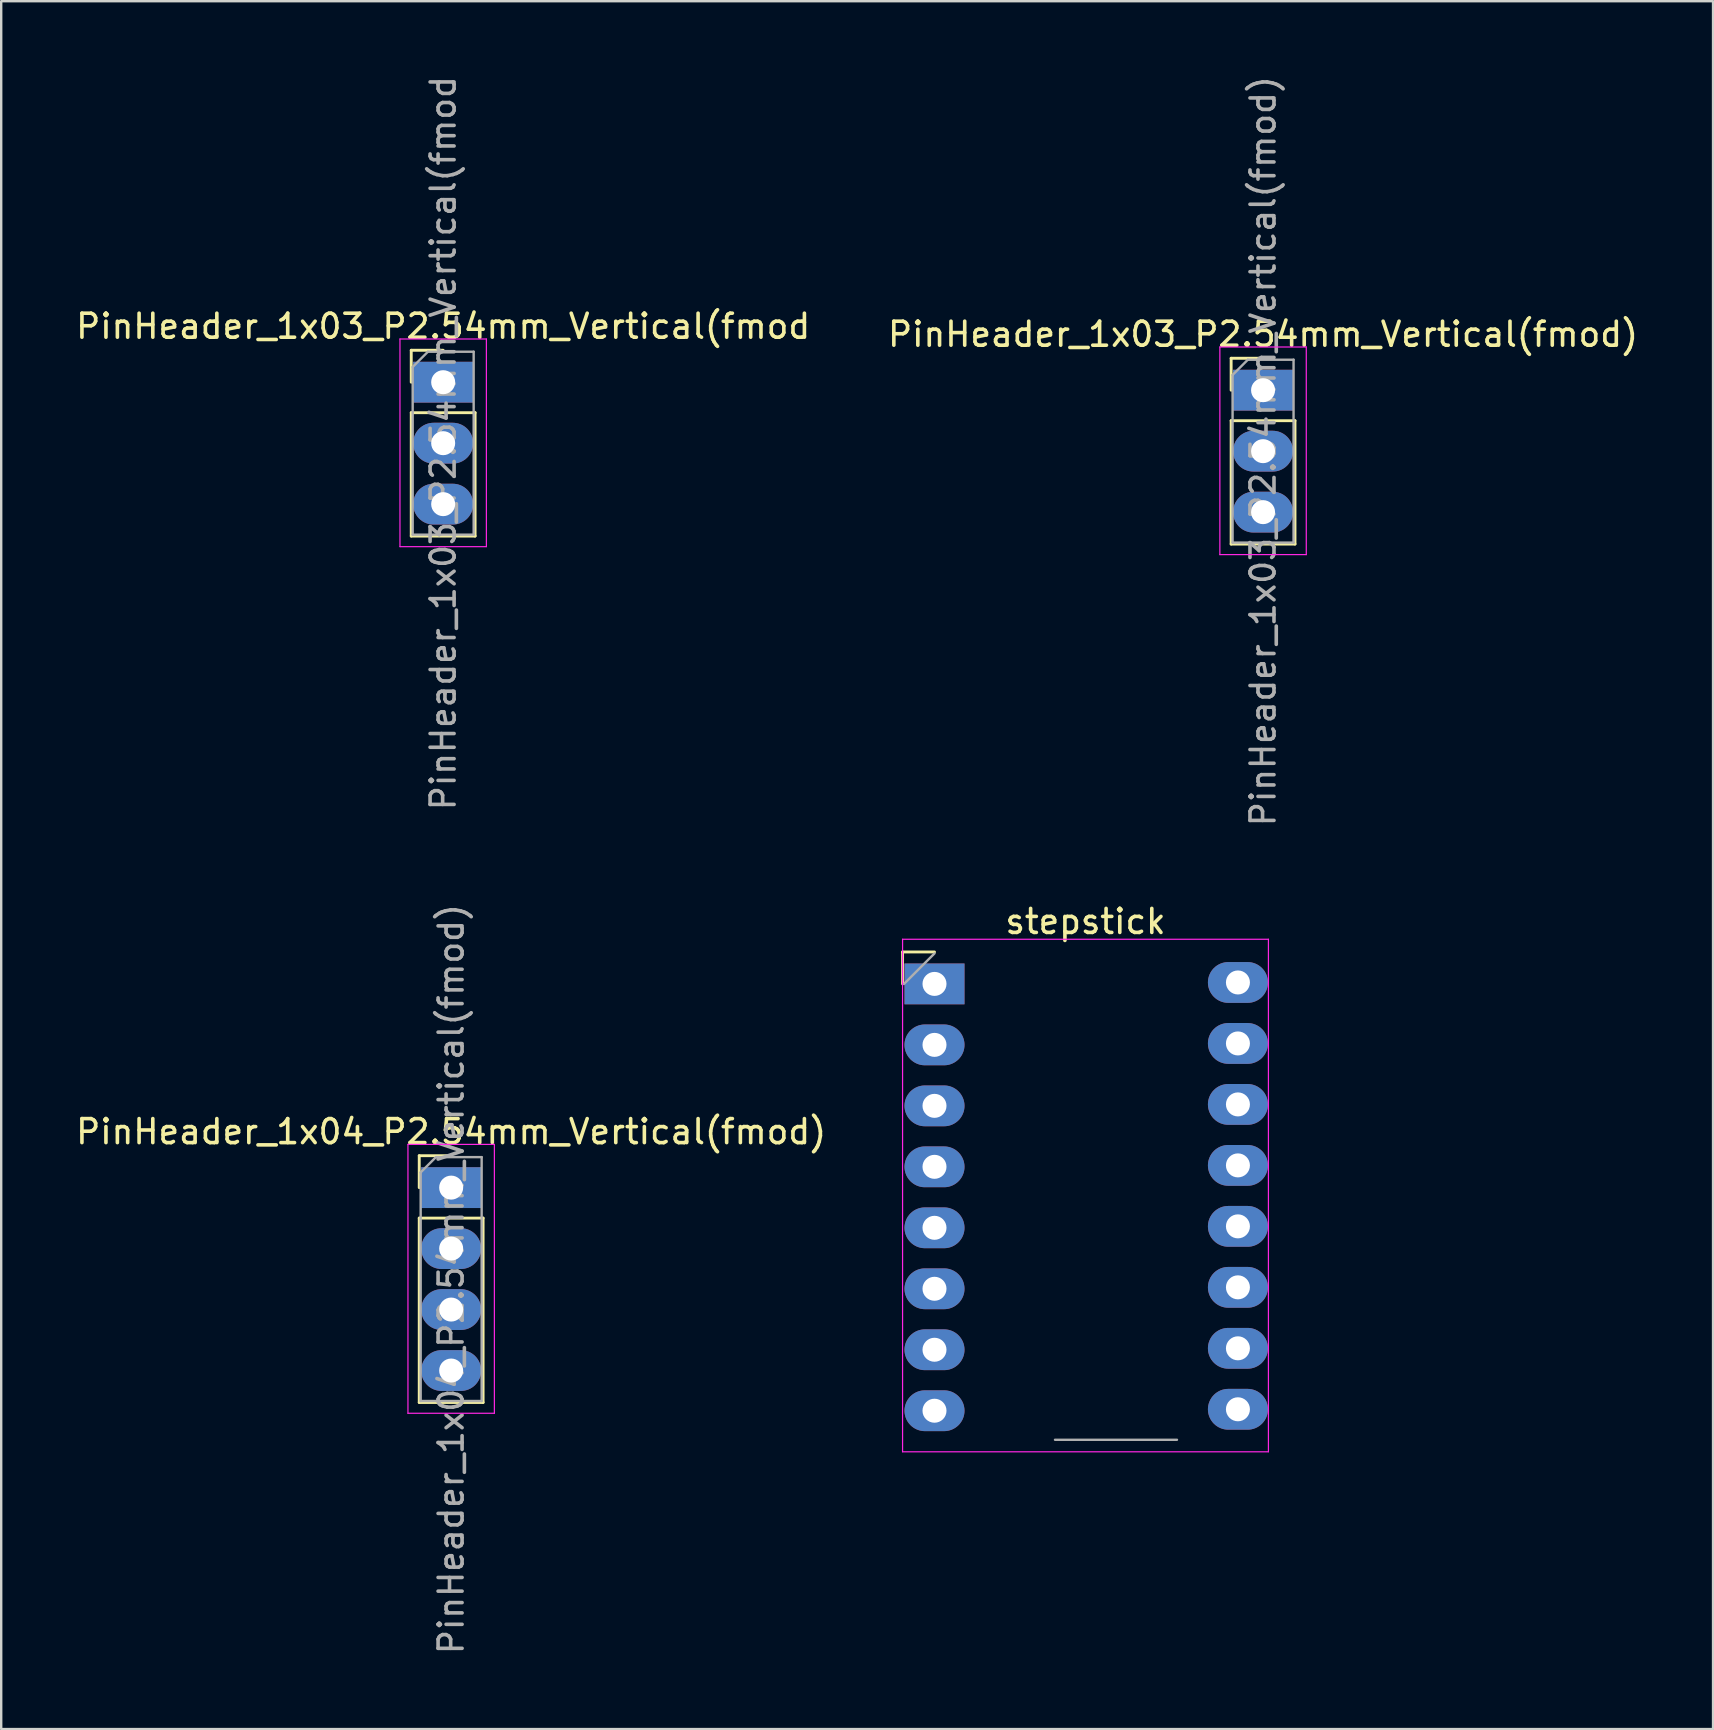
<source format=kicad_pcb>
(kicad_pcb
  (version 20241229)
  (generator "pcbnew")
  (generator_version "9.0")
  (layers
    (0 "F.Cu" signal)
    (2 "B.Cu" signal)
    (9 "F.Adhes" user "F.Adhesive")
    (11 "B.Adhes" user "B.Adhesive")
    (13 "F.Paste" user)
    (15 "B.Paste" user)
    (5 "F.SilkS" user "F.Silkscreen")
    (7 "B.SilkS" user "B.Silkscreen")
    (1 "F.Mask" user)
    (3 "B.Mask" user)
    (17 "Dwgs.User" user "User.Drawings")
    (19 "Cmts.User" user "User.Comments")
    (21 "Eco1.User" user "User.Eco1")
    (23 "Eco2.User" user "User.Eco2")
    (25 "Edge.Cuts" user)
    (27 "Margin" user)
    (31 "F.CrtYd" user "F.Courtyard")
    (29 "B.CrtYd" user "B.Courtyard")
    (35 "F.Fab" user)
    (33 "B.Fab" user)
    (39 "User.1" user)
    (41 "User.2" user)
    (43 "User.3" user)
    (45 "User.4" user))
  (footprint "PinHeader_1x03_P2.54mm_Vertical(fmod"
    (layer "F.Cu")
    (at 15.411 12.871)
    (property "Reference" "PinHeader_1x03_P2.54mm_Vertical(fmod" (at 0 -2.33 0) (layer "F.SilkS") (effects (font (size 1 1) (thickness 0.15))))
    (attr through_hole)
    (fp_line (start -1.33 -1.33) (end 0 -1.33) (stroke (width 0.12) (type solid)) (layer "F.SilkS"))
    (fp_line (start -1.33 0) (end -1.33 -1.33) (stroke (width 0.12) (type solid)) (layer "F.SilkS"))
    (fp_line (start -1.33 1.27) (end -1.33 6.41) (stroke (width 0.12) (type solid)) (layer "F.SilkS"))
    (fp_line (start -1.33 1.27) (end 1.33 1.27) (stroke (width 0.12) (type solid)) (layer "F.SilkS"))
    (fp_line (start -1.33 6.41) (end 1.33 6.41) (stroke (width 0.12) (type solid)) (layer "F.SilkS"))
    (fp_line (start 1.33 1.27) (end 1.33 6.41) (stroke (width 0.12) (type solid)) (layer "F.SilkS"))
    (fp_line (start -1.8 -1.8) (end -1.8 6.85) (stroke (width 0.05) (type solid)) (layer "F.CrtYd"))
    (fp_line (start -1.8 6.85) (end 1.8 6.85) (stroke (width 0.05) (type solid)) (layer "F.CrtYd"))
    (fp_line (start 1.8 -1.8) (end -1.8 -1.8) (stroke (width 0.05) (type solid)) (layer "F.CrtYd"))
    (fp_line (start 1.8 6.85) (end 1.8 -1.8) (stroke (width 0.05) (type solid)) (layer "F.CrtYd"))
    (fp_line (start -1.27 -0.635) (end -0.635 -1.27) (stroke (width 0.1) (type solid)) (layer "F.Fab"))
    (fp_line (start -1.27 6.35) (end -1.27 -0.635) (stroke (width 0.1) (type solid)) (layer "F.Fab"))
    (fp_line (start -0.635 -1.27) (end 1.27 -1.27) (stroke (width 0.1) (type solid)) (layer "F.Fab"))
    (fp_line (start 1.27 -1.27) (end 1.27 6.35) (stroke (width 0.1) (type solid)) (layer "F.Fab"))
    (fp_line (start 1.27 6.35) (end -1.27 6.35) (stroke (width 0.1) (type solid)) (layer "F.Fab"))
    (fp_text user "${REFERENCE}" (at 0 2.54 90) (layer "F.Fab") (effects (font (size 1 1) (thickness 0.15))))
    (pad "1" thru_hole rect (at 0 0) (size 2.5 1.7) (drill 1) (layers "*.Cu" "*.Mask"))
    (pad "2" thru_hole oval (at 0 2.54) (size 2.5 1.7) (drill 1) (layers "*.Cu" "*.Mask"))
    (pad "3" thru_hole oval (at 0 5.08) (size 2.5 1.7) (drill 1) (layers "*.Cu" "*.Mask")))
  (footprint "PinHeader_1x04_P2.54mm_Vertical(fmod)"
    (layer "F.Cu")
    (at 15.744 46.422)
    (property "Reference" "PinHeader_1x04_P2.54mm_Vertical(fmod)" (at 0 -2.33 0) (layer "F.SilkS") (effects (font (size 1 1) (thickness 0.15))))
    (attr through_hole)
    (fp_line (start -1.33 -1.33) (end 0 -1.33) (stroke (width 0.12) (type solid)) (layer "F.SilkS"))
    (fp_line (start -1.33 0) (end -1.33 -1.33) (stroke (width 0.12) (type solid)) (layer "F.SilkS"))
    (fp_line (start -1.33 1.27) (end -1.33 8.95) (stroke (width 0.12) (type solid)) (layer "F.SilkS"))
    (fp_line (start -1.33 1.27) (end 1.33 1.27) (stroke (width 0.12) (type solid)) (layer "F.SilkS"))
    (fp_line (start -1.33 8.95) (end 1.33 8.95) (stroke (width 0.12) (type solid)) (layer "F.SilkS"))
    (fp_line (start 1.33 1.27) (end 1.33 8.95) (stroke (width 0.12) (type solid)) (layer "F.SilkS"))
    (fp_line (start -1.8 -1.8) (end -1.8 9.4) (stroke (width 0.05) (type solid)) (layer "F.CrtYd"))
    (fp_line (start -1.8 9.4) (end 1.8 9.4) (stroke (width 0.05) (type solid)) (layer "F.CrtYd"))
    (fp_line (start 1.8 -1.8) (end -1.8 -1.8) (stroke (width 0.05) (type solid)) (layer "F.CrtYd"))
    (fp_line (start 1.8 9.4) (end 1.8 -1.8) (stroke (width 0.05) (type solid)) (layer "F.CrtYd"))
    (fp_line (start -1.27 -0.635) (end -0.635 -1.27) (stroke (width 0.1) (type solid)) (layer "F.Fab"))
    (fp_line (start -1.27 8.89) (end -1.27 -0.635) (stroke (width 0.1) (type solid)) (layer "F.Fab"))
    (fp_line (start -0.635 -1.27) (end 1.27 -1.27) (stroke (width 0.1) (type solid)) (layer "F.Fab"))
    (fp_line (start 1.27 -1.27) (end 1.27 8.89) (stroke (width 0.1) (type solid)) (layer "F.Fab"))
    (fp_line (start 1.27 8.89) (end -1.27 8.89) (stroke (width 0.1) (type solid)) (layer "F.Fab"))
    (fp_text user "${REFERENCE}" (at 0 3.81 270) (layer "F.Fab") (effects (font (size 1 1) (thickness 0.15))))
    (pad "1" thru_hole rect (at 0 0) (size 2.5 1.7) (drill 1) (layers "*.Cu" "*.Mask"))
    (pad "2" thru_hole oval (at 0 2.54) (size 2.5 1.7) (drill 1) (layers "*.Cu" "*.Mask"))
    (pad "3" thru_hole oval (at 0 5.08) (size 2.5 1.7) (drill 1) (layers "*.Cu" "*.Mask"))
    (pad "4" thru_hole oval (at 0 7.62) (size 2.5 1.7) (drill 1) (layers "*.Cu" "*.Mask")))
  (footprint "PinHeader_1x03_P2.54mm_Vertical(fmod)"
    (layer "F.Cu")
    (at 49.565 13.204)
    (property "Reference" "PinHeader_1x03_P2.54mm_Vertical(fmod)" (at 0 -2.33 0) (layer "F.SilkS") (effects (font (size 1 1) (thickness 0.15))))
    (attr through_hole)
    (fp_line (start -1.33 -1.33) (end 0 -1.33) (stroke (width 0.12) (type solid)) (layer "F.SilkS"))
    (fp_line (start -1.33 0) (end -1.33 -1.33) (stroke (width 0.12) (type solid)) (layer "F.SilkS"))
    (fp_line (start -1.33 1.27) (end -1.33 6.41) (stroke (width 0.12) (type solid)) (layer "F.SilkS"))
    (fp_line (start -1.33 1.27) (end 1.33 1.27) (stroke (width 0.12) (type solid)) (layer "F.SilkS"))
    (fp_line (start -1.33 6.41) (end 1.33 6.41) (stroke (width 0.12) (type solid)) (layer "F.SilkS"))
    (fp_line (start 1.33 1.27) (end 1.33 6.41) (stroke (width 0.12) (type solid)) (layer "F.SilkS"))
    (fp_line (start -1.8 -1.8) (end -1.8 6.85) (stroke (width 0.05) (type solid)) (layer "F.CrtYd"))
    (fp_line (start -1.8 6.85) (end 1.8 6.85) (stroke (width 0.05) (type solid)) (layer "F.CrtYd"))
    (fp_line (start 1.8 -1.8) (end -1.8 -1.8) (stroke (width 0.05) (type solid)) (layer "F.CrtYd"))
    (fp_line (start 1.8 6.85) (end 1.8 -1.8) (stroke (width 0.05) (type solid)) (layer "F.CrtYd"))
    (fp_line (start -1.27 -0.635) (end -0.635 -1.27) (stroke (width 0.1) (type solid)) (layer "F.Fab"))
    (fp_line (start -1.27 6.35) (end -1.27 -0.635) (stroke (width 0.1) (type solid)) (layer "F.Fab"))
    (fp_line (start -0.635 -1.27) (end 1.27 -1.27) (stroke (width 0.1) (type solid)) (layer "F.Fab"))
    (fp_line (start 1.27 -1.27) (end 1.27 6.35) (stroke (width 0.1) (type solid)) (layer "F.Fab"))
    (fp_line (start 1.27 6.35) (end -1.27 6.35) (stroke (width 0.1) (type solid)) (layer "F.Fab"))
    (fp_text user "${REFERENCE}" (at 0 2.54 90) (layer "F.Fab") (effects (font (size 1 1) (thickness 0.15))))
    (pad "1" thru_hole rect (at 0 0) (size 2.5 1.7) (drill 1) (layers "*.Cu" "*.Mask"))
    (pad "2" thru_hole oval (at 0 2.54) (size 2.5 1.7) (drill 1) (layers "*.Cu" "*.Mask"))
    (pad "3" thru_hole oval (at 0 5.08) (size 2.5 1.7) (drill 1) (layers "*.Cu" "*.Mask")))
  (footprint "stepstick"
    (layer "F.Cu")
    (at 42.168 37.876)
    (property "Reference" "stepstick" (at 0 -2.54 180) (layer "F.SilkS") (effects (font (size 1 1) (thickness 0.15))))
    (attr through_hole)
    (fp_line (start -7.62 -1.27) (end -6.29 -1.27) (stroke (width 0.12) (type solid)) (layer "F.SilkS"))
    (fp_line (start -7.62 0.06) (end -7.62 -1.27) (stroke (width 0.12) (type solid)) (layer "F.SilkS"))
    (fp_line (start -7.62 -1.8) (end -7.62 19.55) (stroke (width 0.05) (type solid)) (layer "F.CrtYd"))
    (fp_line (start -7.62 19.55) (end 7.62 19.55) (stroke (width 0.05) (type solid)) (layer "F.CrtYd"))
    (fp_line (start 7.62 -1.8) (end -7.62 -1.8) (stroke (width 0.05) (type solid)) (layer "F.CrtYd"))
    (fp_line (start 7.62 19.55) (end 7.62 -1.8) (stroke (width 0.05) (type solid)) (layer "F.CrtYd"))
    (fp_line (start -7.56 0.06) (end -6.29 -1.21) (stroke (width 0.1) (type solid)) (layer "F.Fab"))
    (fp_line (start 3.81 19.05) (end -1.27 19.05) (stroke (width 0.1) (type solid)) (layer "F.Fab"))
    (fp_text user " " (at 1.27 8.89 270) (layer "F.Fab") (effects (font (size 1 1) (thickness 0.15))))
    (pad "1" thru_hole rect (at -6.29 0.06) (size 2.5 1.7) (drill 1) (layers "*.Cu" "*.Mask"))
    (pad "2" thru_hole oval (at -6.29 2.6) (size 2.5 1.7) (drill 1) (layers "*.Cu" "*.Mask"))
    (pad "3" thru_hole oval (at -6.29 5.14) (size 2.5 1.7) (drill 1) (layers "*.Cu" "*.Mask"))
    (pad "4" thru_hole oval (at -6.29 7.68) (size 2.5 1.7) (drill 1) (layers "*.Cu" "*.Mask"))
    (pad "5" thru_hole oval (at -6.29 10.22) (size 2.5 1.7) (drill 1) (layers "*.Cu" "*.Mask"))
    (pad "6" thru_hole oval (at -6.29 12.76) (size 2.5 1.7) (drill 1) (layers "*.Cu" "*.Mask"))
    (pad "7" thru_hole oval (at -6.29 15.3) (size 2.5 1.7) (drill 1) (layers "*.Cu" "*.Mask"))
    (pad "8" thru_hole oval (at -6.29 17.84) (size 2.5 1.7) (drill 1) (layers "*.Cu" "*.Mask"))
    (pad "9" thru_hole oval (at 6.35 0) (size 2.5 1.7) (drill 1) (layers "*.Cu" "*.Mask"))
    (pad "10" thru_hole oval (at 6.35 2.54) (size 2.5 1.7) (drill 1) (layers "*.Cu" "*.Mask"))
    (pad "11" thru_hole oval (at 6.35 5.08) (size 2.5 1.7) (drill 1) (layers "*.Cu" "*.Mask"))
    (pad "12" thru_hole oval (at 6.35 7.62) (size 2.5 1.7) (drill 1) (layers "*.Cu" "*.Mask"))
    (pad "13" thru_hole oval (at 6.35 10.16) (size 2.5 1.7) (drill 1) (layers "*.Cu" "*.Mask"))
    (pad "14" thru_hole oval (at 6.35 12.7) (size 2.5 1.7) (drill 1) (layers "*.Cu" "*.Mask"))
    (pad "15" thru_hole oval (at 6.35 15.24) (size 2.5 1.7) (drill 1) (layers "*.Cu" "*.Mask"))
    (pad "16" thru_hole oval (at 6.35 17.78) (size 2.5 1.7) (drill 1) (layers "*.Cu" "*.Mask")))
  (gr_rect
    (start -3 -3)
    (end 68.31 68.976)
    (stroke (width 0.1) (type default))
    (fill no)
    (layer "Edge.Cuts")))
</source>
